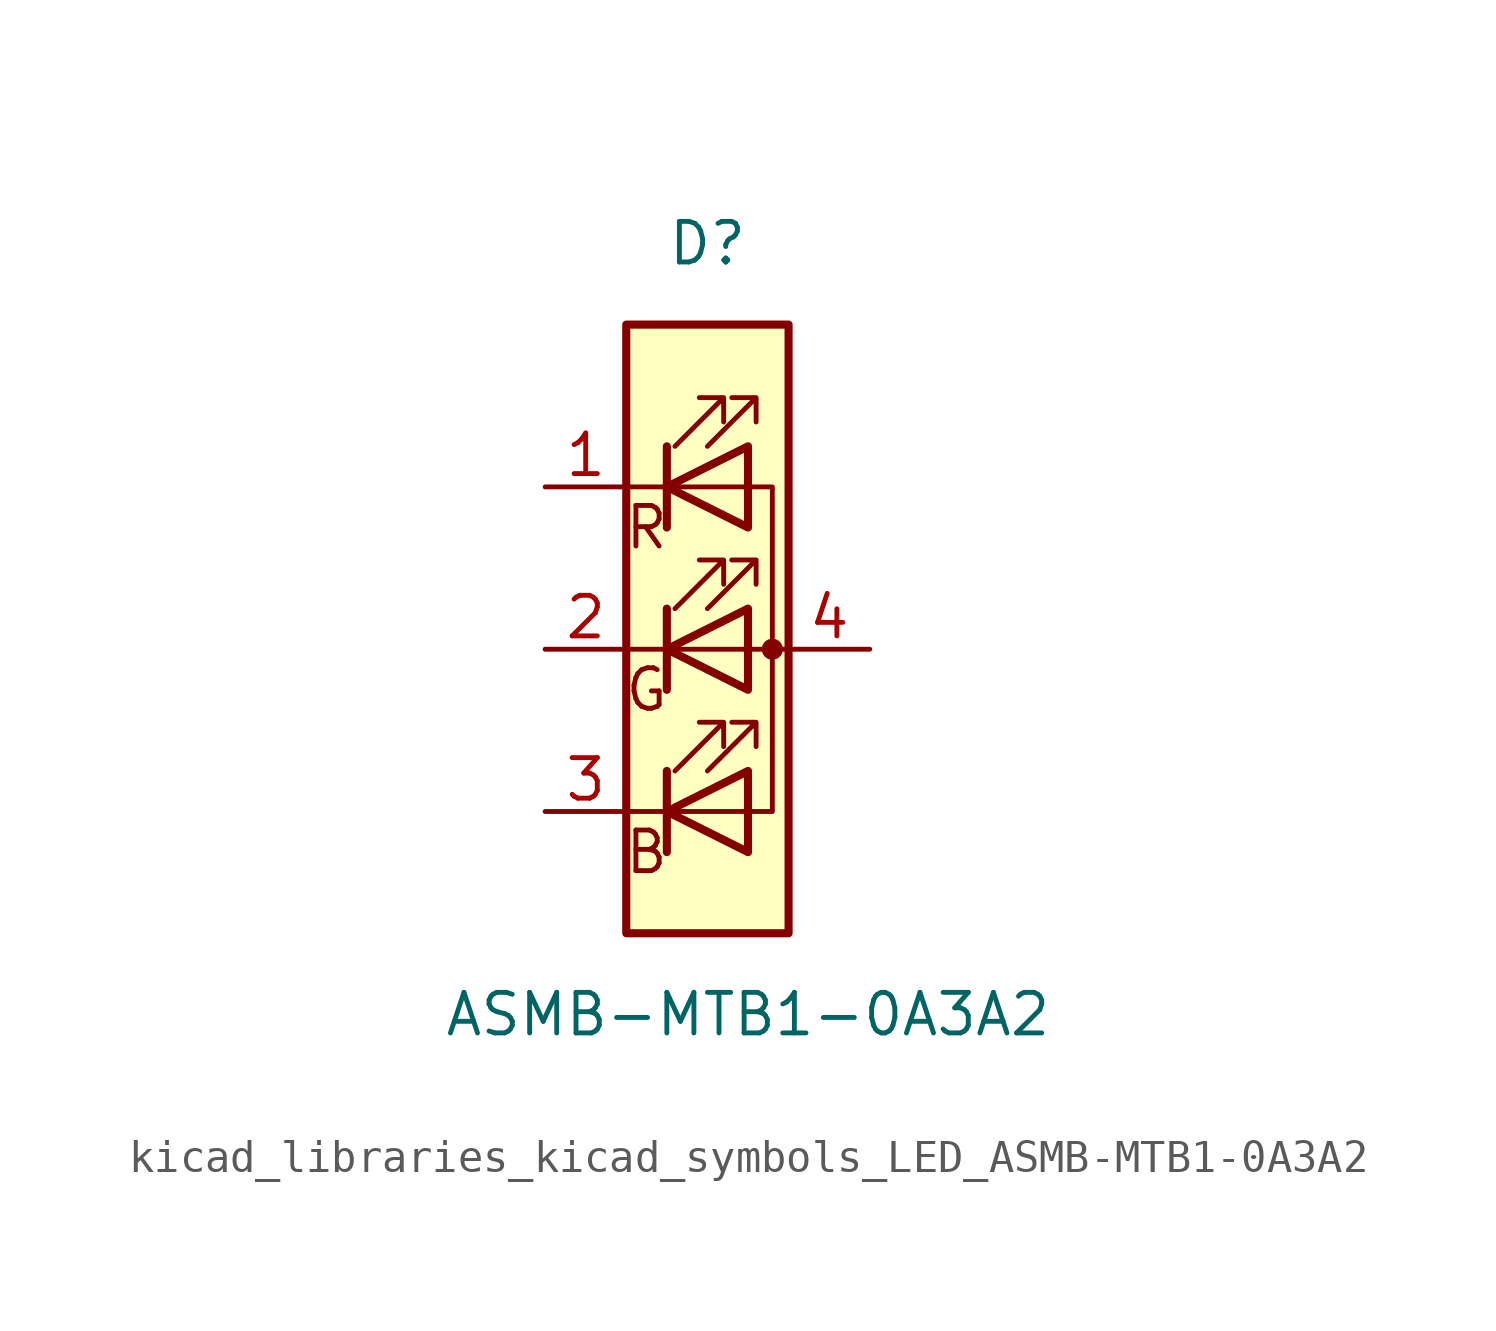
<source format=kicad_sym>
(kicad_symbol_lib
  (version 20220914)
  (generator kicad_symbol_editor)
  (symbol "kicad_libraries_kicad_symbols_LED_ASMB-MTB1-0A3A2"
    (pin_names
      (offset 0) hide)
    (property "Reference" "D"
      (at 0 12.7 0)
      (effects (font (size 1.27 1.27))))
    (property "Value" "ASMB-MTB1-0A3A2"
      (at 1.27 -11.43 0)
      (effects (font (size 1.27 1.27))))
    (symbol "kicad_libraries_kicad_symbols_LED_ASMB-MTB1-0A3A2_0_0"
      (text "B" (at -1.905 -6.35 0) (effects (font (size 1.27 1.27))))
      (text "G" (at -1.905 -1.27 0) (effects (font (size 1.27 1.27))))
      (text "R" (at -1.905 3.81 0) (effects (font (size 1.27 1.27)))))
    (symbol "kicad_libraries_kicad_symbols_LED_ASMB-MTB1-0A3A2_0_1"
      (polyline (pts (xy -2.54 -5.08) (xy 1.27 -5.08)) (stroke (width 0) (type default)) (fill (type none)))
      (polyline (pts (xy -1.27 -3.81) (xy -1.27 -6.35)) (stroke (width 0.254) (type default)) (fill (type none)))
      (polyline (pts (xy -1.27 1.27) (xy -1.27 -1.27)) (stroke (width 0.254) (type default)) (fill (type none)))
      (polyline (pts (xy -1.27 6.35) (xy -1.27 3.81)) (stroke (width 0.254) (type default)) (fill (type none)))
      (polyline (pts (xy 1.27 5.08) (xy -2.54 5.08)) (stroke (width 0) (type default)) (fill (type none)))
      (polyline (pts (xy 2.54 0) (xy -2.54 0)) (stroke (width 0) (type default)) (fill (type none)))
      (polyline (pts (xy 1.27 -5.08) (xy 2.032 -5.08) (xy 2.032 5.08) (xy 1.27 5.08)) (stroke (width 0) (type default)) (fill (type none)))
      (polyline (pts (xy 1.27 -3.81) (xy 1.27 -6.35) (xy -1.27 -5.08) (xy 1.27 -3.81)) (stroke (width 0.254) (type default)) (fill (type none)))
      (polyline (pts (xy 1.27 1.27) (xy 1.27 -1.27) (xy -1.27 0) (xy 1.27 1.27)) (stroke (width 0.254) (type default)) (fill (type none)))
      (polyline (pts (xy 1.27 6.35) (xy 1.27 3.81) (xy -1.27 5.08) (xy 1.27 6.35)) (stroke (width 0.254) (type default)) (fill (type none)))
      (polyline (pts (xy -1.016 -3.81) (xy 0.508 -2.286) (xy -0.254 -2.286) (xy 0.508 -2.286) (xy 0.508 -3.048)) (stroke (width 0) (type default)) (fill (type none)))
      (polyline (pts (xy -1.016 1.27) (xy 0.508 2.794) (xy -0.254 2.794) (xy 0.508 2.794) (xy 0.508 2.032)) (stroke (width 0) (type default)) (fill (type none)))
      (polyline (pts (xy -1.016 6.35) (xy 0.508 7.874) (xy -0.254 7.874) (xy 0.508 7.874) (xy 0.508 7.112)) (stroke (width 0) (type default)) (fill (type none)))
      (polyline (pts (xy 0 -3.81) (xy 1.524 -2.286) (xy 0.762 -2.286) (xy 1.524 -2.286) (xy 1.524 -3.048)) (stroke (width 0) (type default)) (fill (type none)))
      (polyline (pts (xy 0 1.27) (xy 1.524 2.794) (xy 0.762 2.794) (xy 1.524 2.794) (xy 1.524 2.032)) (stroke (width 0) (type default)) (fill (type none)))
      (polyline (pts (xy 0 6.35) (xy 1.524 7.874) (xy 0.762 7.874) (xy 1.524 7.874) (xy 1.524 7.112)) (stroke (width 0) (type default)) (fill (type none)))
      (rectangle (start 1.27 6.35) (end 1.27 6.35) (stroke (width 0) (type default)) (fill (type none)))
      (circle (center 2.032 0) (radius 0.254) (stroke (width 0) (type default)) (fill (type outline)))
      (rectangle (start 2.54 -8.89) (end -2.54 10.16) (stroke (width 0.254) (type default)) (fill (type background))))
    (symbol "kicad_libraries_kicad_symbols_LED_ASMB-MTB1-0A3A2_1_1"
      (pin passive line (at -5.08 5.08 0) (length 2.54) (name "RK" (effects (font (size 1.27 1.27)))) (number "1" (effects (font (size 1.27 1.27)))))
      (pin passive line (at -5.08 0 0) (length 2.54) (name "GK" (effects (font (size 1.27 1.27)))) (number "2" (effects (font (size 1.27 1.27)))))
      (pin passive line (at -5.08 -5.08 0) (length 2.54) (name "BK" (effects (font (size 1.27 1.27)))) (number "3" (effects (font (size 1.27 1.27)))))
      (pin passive line (at 5.08 0 180) (length 2.54) (name "A" (effects (font (size 1.27 1.27)))) (number "4" (effects (font (size 1.27 1.27))))))))
</source>
